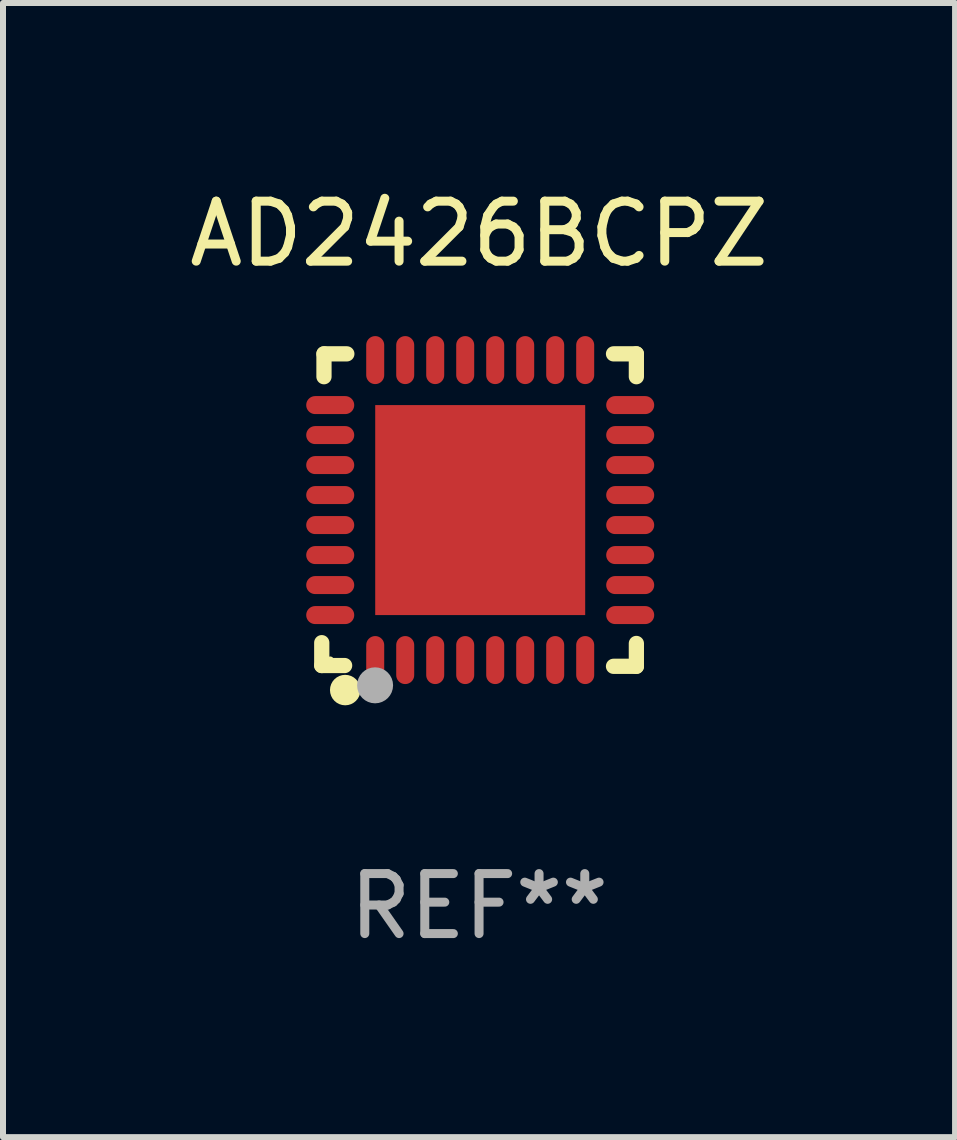
<source format=kicad_pcb>
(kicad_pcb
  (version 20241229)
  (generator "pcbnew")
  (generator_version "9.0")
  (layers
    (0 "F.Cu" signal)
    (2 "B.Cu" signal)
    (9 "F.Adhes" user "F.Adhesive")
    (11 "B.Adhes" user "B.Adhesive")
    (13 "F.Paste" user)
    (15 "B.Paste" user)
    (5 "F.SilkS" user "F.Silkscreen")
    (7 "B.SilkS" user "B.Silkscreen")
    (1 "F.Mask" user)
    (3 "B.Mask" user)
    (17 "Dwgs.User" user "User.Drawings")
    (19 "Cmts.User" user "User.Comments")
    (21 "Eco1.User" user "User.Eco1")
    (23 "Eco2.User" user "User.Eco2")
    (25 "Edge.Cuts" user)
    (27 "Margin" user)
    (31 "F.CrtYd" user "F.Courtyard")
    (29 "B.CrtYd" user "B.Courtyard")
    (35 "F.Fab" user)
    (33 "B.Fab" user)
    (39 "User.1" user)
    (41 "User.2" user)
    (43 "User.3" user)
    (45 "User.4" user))
  (footprint "AD2426BCPZ"
    (layer "F.Cu")
    (at 4.935 5.452)
    (property "Reference" "AD2426BCPZ" (at 0 -4.604 0) (layer "F.SilkS") (effects (font (size 1 1) (thickness 0.15))))
    (attr through_hole)
    (fp_line (start -2.622 2.21) (end -2.622 2.591) (stroke (width 0.254) (type solid)) (layer "F.SilkS"))
    (fp_line (start -2.622 2.591) (end -2.241 2.591) (stroke (width 0.254) (type solid)) (layer "F.SilkS"))
    (fp_line (start -2.585 -2.604) (end -2.585 -2.223) (stroke (width 0.254) (type solid)) (layer "F.SilkS"))
    (fp_line (start -2.204 -2.604) (end -2.585 -2.604) (stroke (width 0.254) (type solid)) (layer "F.SilkS"))
    (fp_line (start 2.241 2.604) (end 2.622 2.604) (stroke (width 0.254) (type solid)) (layer "F.SilkS"))
    (fp_line (start 2.622 -2.604) (end 2.241 -2.604) (stroke (width 0.254) (type solid)) (layer "F.SilkS"))
    (fp_line (start 2.622 -2.223) (end 2.622 -2.604) (stroke (width 0.254) (type solid)) (layer "F.SilkS"))
    (fp_line (start 2.622 2.604) (end 2.622 2.223) (stroke (width 0.254) (type solid)) (layer "F.SilkS"))
    (fp_circle (center -2.481 2.5) (end -2.451 2.5) (stroke (width 0.06) (type solid)) (fill no) (layer "F.SilkS"))
    (fp_circle (center -2.231 3) (end -2.104 3) (stroke (width 0.254) (type solid)) (fill no) (layer "F.SilkS"))
    (fp_circle (center -1.733 2.921) (end -1.583 2.921) (stroke (width 0.3) (type solid)) (fill no) (layer "F.Fab"))
    (fp_text user "REF**" (at 0 6.604 0) (layer "F.Fab") (effects (font (size 1 1) (thickness 0.15))))
    (pad "1" smd oval (at -1.731 2.5 90) (size 0.8 0.3) (layers "F.Cu" "F.Mask" "F.Paste"))
    (pad "2" smd oval (at -1.231 2.5 90) (size 0.8 0.3) (layers "F.Cu" "F.Mask" "F.Paste"))
    (pad "3" smd oval (at -0.731 2.5 90) (size 0.8 0.3) (layers "F.Cu" "F.Mask" "F.Paste"))
    (pad "4" smd oval (at -0.231 2.5 90) (size 0.8 0.3) (layers "F.Cu" "F.Mask" "F.Paste"))
    (pad "5" smd oval (at 0.269 2.5 90) (size 0.8 0.3) (layers "F.Cu" "F.Mask" "F.Paste"))
    (pad "6" smd oval (at 0.769 2.5 90) (size 0.8 0.3) (layers "F.Cu" "F.Mask" "F.Paste"))
    (pad "7" smd oval (at 1.269 2.5 90) (size 0.8 0.3) (layers "F.Cu" "F.Mask" "F.Paste"))
    (pad "8" smd oval (at 1.769 2.5 90) (size 0.8 0.3) (layers "F.Cu" "F.Mask" "F.Paste"))
    (pad "9" smd oval (at 2.519 1.75 180) (size 0.8 0.3) (layers "F.Cu" "F.Mask" "F.Paste"))
    (pad "10" smd oval (at 2.519 1.25 180) (size 0.8 0.3) (layers "F.Cu" "F.Mask" "F.Paste"))
    (pad "11" smd oval (at 2.519 0.75 180) (size 0.8 0.3) (layers "F.Cu" "F.Mask" "F.Paste"))
    (pad "12" smd oval (at 2.519 0.25 180) (size 0.8 0.3) (layers "F.Cu" "F.Mask" "F.Paste"))
    (pad "13" smd oval (at 2.519 -0.25 180) (size 0.8 0.3) (layers "F.Cu" "F.Mask" "F.Paste"))
    (pad "14" smd oval (at 2.519 -0.75 180) (size 0.8 0.3) (layers "F.Cu" "F.Mask" "F.Paste"))
    (pad "15" smd oval (at 2.519 -1.25 180) (size 0.8 0.3) (layers "F.Cu" "F.Mask" "F.Paste"))
    (pad "16" smd oval (at 2.519 -1.75 180) (size 0.8 0.3) (layers "F.Cu" "F.Mask" "F.Paste"))
    (pad "17" smd oval (at 1.769 -2.5 270) (size 0.8 0.3) (layers "F.Cu" "F.Mask" "F.Paste"))
    (pad "18" smd oval (at 1.269 -2.5 270) (size 0.8 0.3) (layers "F.Cu" "F.Mask" "F.Paste"))
    (pad "19" smd oval (at 0.769 -2.5 270) (size 0.8 0.3) (layers "F.Cu" "F.Mask" "F.Paste"))
    (pad "20" smd oval (at 0.269 -2.5 270) (size 0.8 0.3) (layers "F.Cu" "F.Mask" "F.Paste"))
    (pad "21" smd oval (at -0.231 -2.5 270) (size 0.8 0.3) (layers "F.Cu" "F.Mask" "F.Paste"))
    (pad "22" smd oval (at -0.731 -2.5 270) (size 0.8 0.3) (layers "F.Cu" "F.Mask" "F.Paste"))
    (pad "23" smd oval (at -1.231 -2.5 270) (size 0.8 0.3) (layers "F.Cu" "F.Mask" "F.Paste"))
    (pad "24" smd oval (at -1.731 -2.5 270) (size 0.8 0.3) (layers "F.Cu" "F.Mask" "F.Paste"))
    (pad "25" smd oval (at -2.481 -1.75) (size 0.8 0.3) (layers "F.Cu" "F.Mask" "F.Paste"))
    (pad "26" smd oval (at -2.481 -1.25) (size 0.8 0.3) (layers "F.Cu" "F.Mask" "F.Paste"))
    (pad "27" smd oval (at -2.481 -0.75) (size 0.8 0.3) (layers "F.Cu" "F.Mask" "F.Paste"))
    (pad "28" smd oval (at -2.481 -0.25) (size 0.8 0.3) (layers "F.Cu" "F.Mask" "F.Paste"))
    (pad "29" smd oval (at -2.481 0.25) (size 0.8 0.3) (layers "F.Cu" "F.Mask" "F.Paste"))
    (pad "30" smd oval (at -2.481 0.75) (size 0.8 0.3) (layers "F.Cu" "F.Mask" "F.Paste"))
    (pad "31" smd oval (at -2.481 1.25) (size 0.8 0.3) (layers "F.Cu" "F.Mask" "F.Paste"))
    (pad "32" smd oval (at -2.481 1.75) (size 0.8 0.3) (layers "F.Cu" "F.Mask" "F.Paste"))
    (pad "33" smd rect (at 0.019 -0.000025 90) (size 3.5 3.5) (layers "F.Cu" "F.Mask" "F.Paste")))
  (gr_rect
    (start -3 -3)
    (end 12.869 15.904)
    (stroke (width 0.1) (type default))
    (fill no)
    (layer "Edge.Cuts")))
</source>
